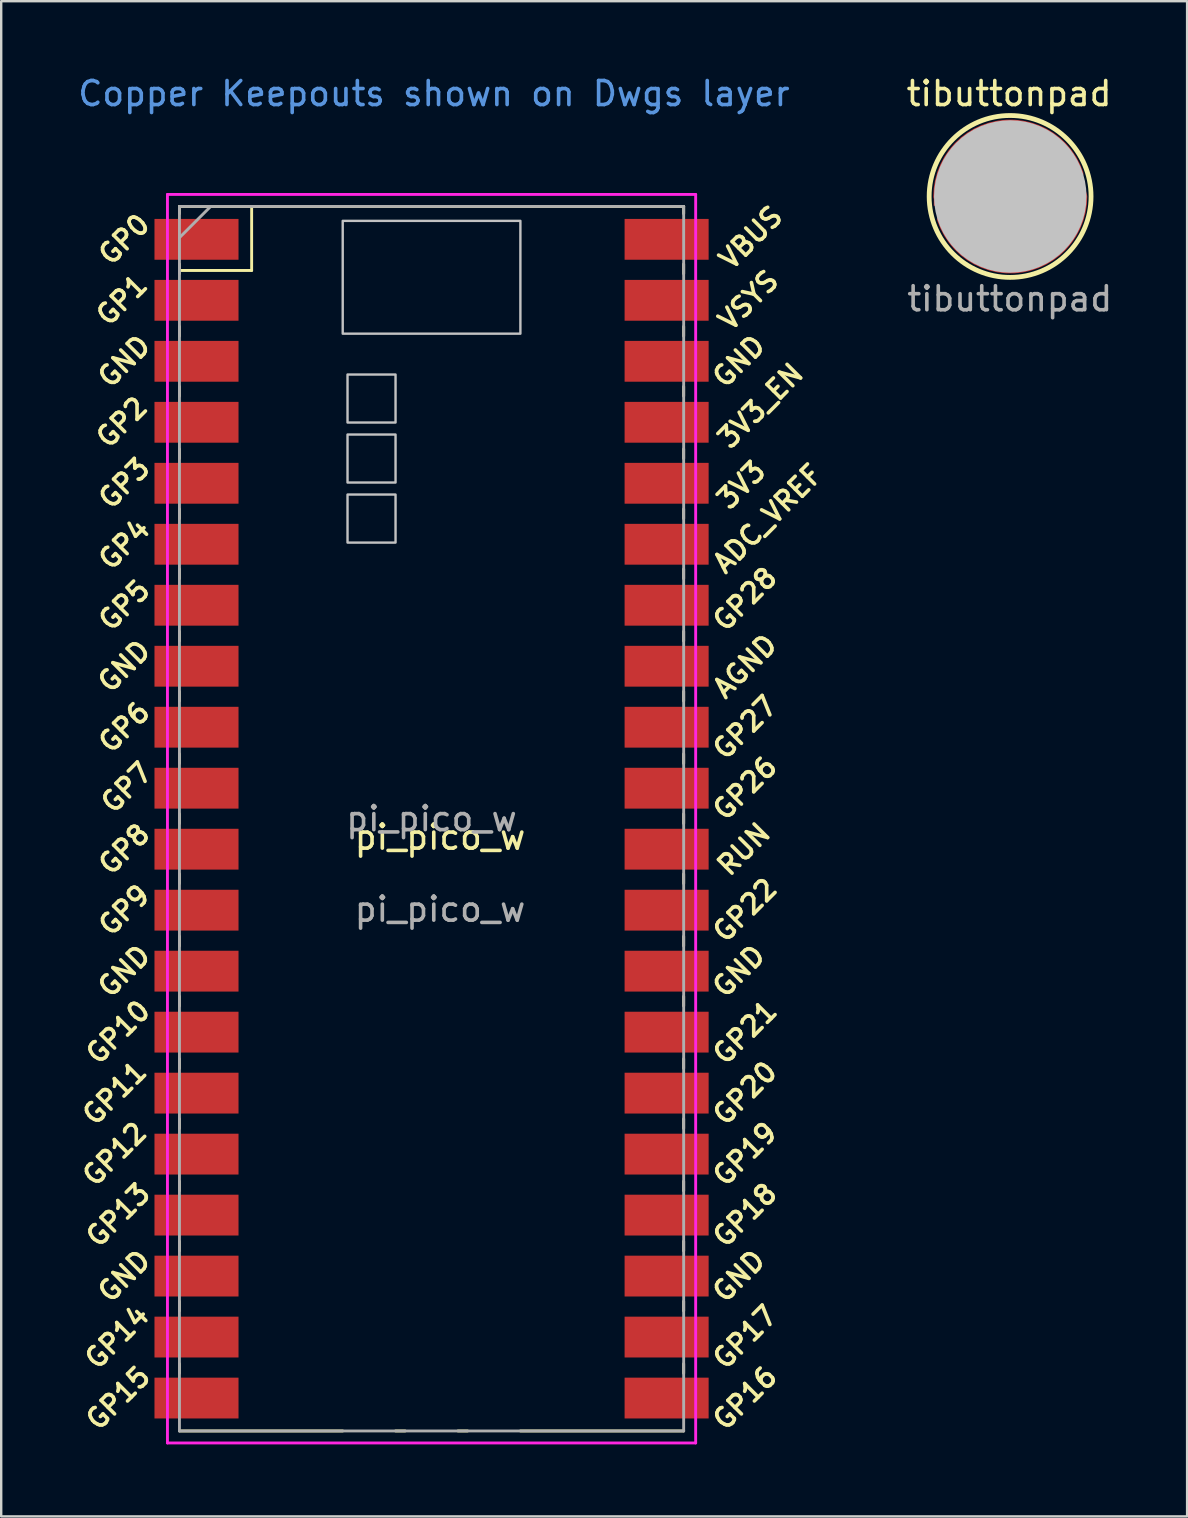
<source format=kicad_pcb>
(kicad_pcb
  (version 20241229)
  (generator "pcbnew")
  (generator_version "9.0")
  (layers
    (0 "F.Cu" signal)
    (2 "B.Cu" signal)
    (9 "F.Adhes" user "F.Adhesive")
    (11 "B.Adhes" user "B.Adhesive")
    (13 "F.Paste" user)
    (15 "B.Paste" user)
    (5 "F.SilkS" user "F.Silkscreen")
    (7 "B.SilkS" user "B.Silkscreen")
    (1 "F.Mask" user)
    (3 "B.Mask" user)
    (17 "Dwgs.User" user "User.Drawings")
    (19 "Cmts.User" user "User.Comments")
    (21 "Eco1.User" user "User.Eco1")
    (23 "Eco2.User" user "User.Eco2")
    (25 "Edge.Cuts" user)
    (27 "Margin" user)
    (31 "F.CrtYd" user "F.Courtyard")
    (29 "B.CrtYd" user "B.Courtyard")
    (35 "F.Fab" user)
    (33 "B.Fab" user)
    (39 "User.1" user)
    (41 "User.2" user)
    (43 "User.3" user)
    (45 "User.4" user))
  (footprint "tibuttonpad"
    (layer "F.Cu")
    (at 38.99 5.078)
    (property "Reference" "tibuttonpad" (at -0.013 -4.23 0) (unlocked yes) (layer "F.SilkS") (effects (font (size 1 1) (thickness 0.15))))
    (attr smd)
    (fp_circle (center 0.027 0.08) (end 3.227 0.08) (stroke (width 0.12) (type solid)) (fill yes) (layer "F.Mask"))
    (fp_circle (center 0.03 0.054) (end 3.401 0.054) (stroke (width 0.2) (type solid)) (fill no) (layer "F.SilkS"))
    (fp_circle (center 0.037 0.056) (end 1.625 0.056) (stroke (width 3.175) (type solid)) (fill no) (layer "Dwgs.User"))
    (fp_text user "${REFERENCE}" (at 0.015 4.316 0) (unlocked yes) (layer "F.Fab") (effects (font (size 1 1) (thickness 0.15))))
    (pad "1" smd custom (at -2.9 0.295) (size 0.496 0.297) (layers "F.Cu" "F.Mask") (options (anchor rect)) (primitives (gr_arc (start -0.07913 -0.238125) (mid 2.45255 -3.21308) (end 5.79462 -1.190625) (width 0.381)) (gr_line (start 4.842 -0.953) (end 4.842 -2.597) (width 0.254)) (gr_line (start 3.89 -0.953) (end 3.89 -3.127) (width 0.254)) (gr_line (start 2.937 -0.953) (end 2.937 -3.288) (width 0.254)) (gr_line (start 1.985 -0.953) (end 1.985 -3.127) (width 0.254)) (gr_line (start 1.032 -0.953) (end 1.033 -2.594) (width 0.254)) (gr_line (start 0.556 0) (end 0.08 0) (width 0.254)) (gr_line (start 1.508 0) (end 0.556 0) (width 0.254)) (gr_line (start 2.461 0) (end 1.508 0) (width 0.254)) (gr_line (start 3.413 0) (end 2.461 0) (width 0.254)) (gr_line (start 4.366 0) (end 3.413 0) (width 0.254)) (gr_line (start 5.318 0) (end 4.366 0) (width 0.254)) (gr_line (start 5.318 0) (end 5.318 0.505) (width 0.254)) (gr_line (start 4.366 0) (end 4.366 1.746) (width 0.254)) (gr_line (start 3.413 0) (end 3.413 2.064) (width 0.254)) (gr_line (start 2.461 0) (end 2.461 2.064) (width 0.254)) (gr_line (start 1.508 0) (end 1.508 1.746) (width 0.254)) (gr_line (start 0.556 0) (end 0.556 0.476) (width 0.254)) (gr_line (start 0.08 0) (end 0.08 -1.111) (width 0.254)) (gr_line (start 0.08 0) (end -0.079 0) (width 0.254)) (gr_line (start -0.178 0.029) (end -0.241 -0.203) (width 0.051))))
    (pad "2" smd custom (at 2.895 -0.182) (size 0.323 0.323) (layers "F.Cu" "F.Mask") (options (anchor circle)) (primitives (gr_poly (pts (xy 0.175 -0.149) (xy 0.228 -0.114) (xy 0.263 -0.062) (xy 0.275 0) (xy 0.263 0.062) (xy 0.228 0.114) (xy 0.175 0.149) (xy 0.114 0.161) (xy -0.114 0.161) (xy -0.175 0.149) (xy -0.228 0.114) (xy -0.263 0.062) (xy -0.275 0) (xy -0.263 -0.062) (xy -0.228 -0.114) (xy -0.175 -0.149) (xy -0.114 -0.161) (xy 0.114 -0.161)) (width 0) (fill yes)) (gr_arc (start 0.15875 0.238125) (mid -2.37293 3.21308) (end -5.715 1.190625) (width 0.381)) (gr_line (start 0.244 -0.029) (end 0.305 0.194) (width 0.076)) (gr_line (start 0 0) (end 0.159 0) (width 0.254)) (gr_line (start 0 0) (end 0 1.111) (width 0.254)) (gr_line (start -0.476 0) (end 0 0) (width 0.254)) (gr_line (start -0.476 0) (end -0.476 -0.476) (width 0.254)) (gr_line (start -0.476 0) (end -1.429 0) (width 0.254)) (gr_line (start -0.953 0.953) (end -0.953 2.54) (width 0.254)) (gr_line (start -1.429 0) (end -1.429 -1.746) (width 0.254)) (gr_line (start -1.429 0) (end -2.381 0) (width 0.254)) (gr_line (start -1.91 0.989) (end -1.905 3.016) (width 0.254)) (gr_line (start -2.381 0) (end -2.381 -2.064) (width 0.254)) (gr_line (start -2.381 0) (end -3.334 0) (width 0.254)) (gr_line (start -2.857 3.175) (end -2.857 0.953) (width 0.254)) (gr_line (start -3.334 0) (end -3.334 -2.064) (width 0.254)) (gr_line (start -3.334 0) (end -4.286 0) (width 0.254)) (gr_line (start -3.81 0.953) (end -3.81 3.016) (width 0.254)) (gr_line (start -4.286 0) (end -4.286 -1.746) (width 0.254)) (gr_line (start -4.286 0) (end -5.239 0) (width 0.254)) (gr_line (start -4.763 0.953) (end -4.763 2.54) (width 0.254)) (gr_line (start -5.239 0) (end -5.232 -0.514) (width 0.254)))))
  (footprint "pi_pico_w"
    (layer "F.Cu")
    (at 15.278 32.318)
    (property "Reference" "pi_pico_w" (at 0 -0.5 0) (unlocked yes) (layer "F.SilkS") (effects (font (size 1 1) (thickness 0.15))))
    (attr smd)
    (fp_line (start -10.854 -26.77) (end -10.854 -26.47) (stroke (width 0.12) (type solid)) (layer "F.SilkS"))
    (fp_line (start -10.854 -26.77) (end 10.146 -26.77) (stroke (width 0.12) (type solid)) (layer "F.SilkS"))
    (fp_line (start -10.854 -24.37) (end -10.854 -23.97) (stroke (width 0.12) (type solid)) (layer "F.SilkS"))
    (fp_line (start -10.854 -24.103) (end -7.847 -24.103) (stroke (width 0.12) (type solid)) (layer "F.SilkS"))
    (fp_line (start -10.854 -21.77) (end -10.854 -21.37) (stroke (width 0.12) (type solid)) (layer "F.SilkS"))
    (fp_line (start -10.854 -19.27) (end -10.854 -18.87) (stroke (width 0.12) (type solid)) (layer "F.SilkS"))
    (fp_line (start -10.854 -16.67) (end -10.854 -16.27) (stroke (width 0.12) (type solid)) (layer "F.SilkS"))
    (fp_line (start -10.854 -14.17) (end -10.854 -13.77) (stroke (width 0.12) (type solid)) (layer "F.SilkS"))
    (fp_line (start -10.854 -11.67) (end -10.854 -11.27) (stroke (width 0.12) (type solid)) (layer "F.SilkS"))
    (fp_line (start -10.854 -9.07) (end -10.854 -8.67) (stroke (width 0.12) (type solid)) (layer "F.SilkS"))
    (fp_line (start -10.854 -6.57) (end -10.854 -6.17) (stroke (width 0.12) (type solid)) (layer "F.SilkS"))
    (fp_line (start -10.854 -3.97) (end -10.854 -3.57) (stroke (width 0.12) (type solid)) (layer "F.SilkS"))
    (fp_line (start -10.854 -1.47) (end -10.854 -1.07) (stroke (width 0.12) (type solid)) (layer "F.SilkS"))
    (fp_line (start -10.854 1.03) (end -10.854 1.43) (stroke (width 0.12) (type solid)) (layer "F.SilkS"))
    (fp_line (start -10.854 3.63) (end -10.854 4.03) (stroke (width 0.12) (type solid)) (layer "F.SilkS"))
    (fp_line (start -10.854 6.13) (end -10.854 6.53) (stroke (width 0.12) (type solid)) (layer "F.SilkS"))
    (fp_line (start -10.854 8.73) (end -10.854 9.13) (stroke (width 0.12) (type solid)) (layer "F.SilkS"))
    (fp_line (start -10.854 11.23) (end -10.854 11.63) (stroke (width 0.12) (type solid)) (layer "F.SilkS"))
    (fp_line (start -10.854 13.83) (end -10.854 14.23) (stroke (width 0.12) (type solid)) (layer "F.SilkS"))
    (fp_line (start -10.854 16.33) (end -10.854 16.73) (stroke (width 0.12) (type solid)) (layer "F.SilkS"))
    (fp_line (start -10.854 18.83) (end -10.854 19.23) (stroke (width 0.12) (type solid)) (layer "F.SilkS"))
    (fp_line (start -10.854 21.43) (end -10.854 21.83) (stroke (width 0.12) (type solid)) (layer "F.SilkS"))
    (fp_line (start -7.847 -24.103) (end -7.847 -26.77) (stroke (width 0.12) (type solid)) (layer "F.SilkS"))
    (fp_line (start -4.054 24.23) (end -10.854 24.23) (stroke (width 0.12) (type solid)) (layer "F.SilkS"))
    (fp_line (start -1.854 24.23) (end -1.454 24.23) (stroke (width 0.12) (type solid)) (layer "F.SilkS"))
    (fp_line (start 0.746 24.23) (end 1.146 24.23) (stroke (width 0.12) (type solid)) (layer "F.SilkS"))
    (fp_line (start 10.146 -26.77) (end 10.146 -26.47) (stroke (width 0.12) (type solid)) (layer "F.SilkS"))
    (fp_line (start 10.146 -24.37) (end 10.146 -23.97) (stroke (width 0.12) (type solid)) (layer "F.SilkS"))
    (fp_line (start 10.146 -21.77) (end 10.146 -21.37) (stroke (width 0.12) (type solid)) (layer "F.SilkS"))
    (fp_line (start 10.146 -19.27) (end 10.146 -18.87) (stroke (width 0.12) (type solid)) (layer "F.SilkS"))
    (fp_line (start 10.146 -16.67) (end 10.146 -16.27) (stroke (width 0.12) (type solid)) (layer "F.SilkS"))
    (fp_line (start 10.146 -14.17) (end 10.146 -13.77) (stroke (width 0.12) (type solid)) (layer "F.SilkS"))
    (fp_line (start 10.146 -11.67) (end 10.146 -11.27) (stroke (width 0.12) (type solid)) (layer "F.SilkS"))
    (fp_line (start 10.146 -9.07) (end 10.146 -8.67) (stroke (width 0.12) (type solid)) (layer "F.SilkS"))
    (fp_line (start 10.146 -6.57) (end 10.146 -6.17) (stroke (width 0.12) (type solid)) (layer "F.SilkS"))
    (fp_line (start 10.146 -3.97) (end 10.146 -3.57) (stroke (width 0.12) (type solid)) (layer "F.SilkS"))
    (fp_line (start 10.146 -1.47) (end 10.146 -1.07) (stroke (width 0.12) (type solid)) (layer "F.SilkS"))
    (fp_line (start 10.146 1.03) (end 10.146 1.43) (stroke (width 0.12) (type solid)) (layer "F.SilkS"))
    (fp_line (start 10.146 3.63) (end 10.146 4.03) (stroke (width 0.12) (type solid)) (layer "F.SilkS"))
    (fp_line (start 10.146 6.13) (end 10.146 6.53) (stroke (width 0.12) (type solid)) (layer "F.SilkS"))
    (fp_line (start 10.146 8.73) (end 10.146 9.13) (stroke (width 0.12) (type solid)) (layer "F.SilkS"))
    (fp_line (start 10.146 11.23) (end 10.146 11.63) (stroke (width 0.12) (type solid)) (layer "F.SilkS"))
    (fp_line (start 10.146 13.83) (end 10.146 14.23) (stroke (width 0.12) (type solid)) (layer "F.SilkS"))
    (fp_line (start 10.146 16.33) (end 10.146 16.73) (stroke (width 0.12) (type solid)) (layer "F.SilkS"))
    (fp_line (start 10.146 18.83) (end 10.146 19.23) (stroke (width 0.12) (type solid)) (layer "F.SilkS"))
    (fp_line (start 10.146 21.43) (end 10.146 21.83) (stroke (width 0.12) (type solid)) (layer "F.SilkS"))
    (fp_line (start 10.146 24.23) (end 3.346 24.23) (stroke (width 0.12) (type solid)) (layer "F.SilkS"))
    (fp_poly (pts (xy -1.854 -17.77) (xy -3.854 -17.77) (xy -3.854 -19.77) (xy -1.854 -19.77)) (stroke (width 0.1) (type solid)) (fill no) (layer "Dwgs.User"))
    (fp_poly (pts (xy -1.854 -15.27) (xy -3.854 -15.27) (xy -3.854 -17.27) (xy -1.854 -17.27)) (stroke (width 0.1) (type solid)) (fill no) (layer "Dwgs.User"))
    (fp_poly (pts (xy -1.854 -12.77) (xy -3.854 -12.77) (xy -3.854 -14.77) (xy -1.854 -14.77)) (stroke (width 0.1) (type solid)) (fill no) (layer "Dwgs.User"))
    (fp_poly (pts (xy 3.346 -21.47) (xy -4.054 -21.47) (xy -4.054 -26.17) (xy 3.346 -26.17)) (stroke (width 0.1) (type solid)) (fill no) (layer "Dwgs.User"))
    (fp_line (start -11.354 -27.27) (end 10.646 -27.27) (stroke (width 0.12) (type solid)) (layer "F.CrtYd"))
    (fp_line (start -11.354 24.73) (end -11.354 -27.27) (stroke (width 0.12) (type solid)) (layer "F.CrtYd"))
    (fp_line (start 10.646 -27.27) (end 10.646 24.73) (stroke (width 0.12) (type solid)) (layer "F.CrtYd"))
    (fp_line (start 10.646 24.73) (end -11.354 24.73) (stroke (width 0.12) (type solid)) (layer "F.CrtYd"))
    (fp_line (start -10.854 -26.77) (end 10.146 -26.77) (stroke (width 0.12) (type solid)) (layer "F.Fab"))
    (fp_line (start -10.854 -25.47) (end -9.554 -26.77) (stroke (width 0.12) (type solid)) (layer "F.Fab"))
    (fp_line (start -10.854 24.23) (end -10.854 -26.77) (stroke (width 0.12) (type solid)) (layer "F.Fab"))
    (fp_line (start 10.146 -26.77) (end 10.146 24.23) (stroke (width 0.12) (type solid)) (layer "F.Fab"))
    (fp_line (start 10.146 24.23) (end -10.854 24.23) (stroke (width 0.12) (type solid)) (layer "F.Fab"))
    (fp_text user "3V3" (at 12.546 -15.17 45) (layer "F.SilkS") (effects (font (size 0.8 0.8) (thickness 0.15))))
    (fp_text user "GND" (at 12.446 -20.32 45) (layer "F.SilkS") (effects (font (size 0.8 0.8) (thickness 0.15))))
    (fp_text user "GP1" (at -13.254 -22.87 45) (layer "F.SilkS") (effects (font (size 0.8 0.8) (thickness 0.15))))
    (fp_text user "GP18" (at 12.7 15.24 45) (layer "F.SilkS") (effects (font (size 0.8 0.8) (thickness 0.15))))
    (fp_text user "GND" (at -13.154 -7.62 45) (layer "F.SilkS") (effects (font (size 0.8 0.8) (thickness 0.15))))
    (fp_text user "GP14" (at -13.454 20.32 45) (layer "F.SilkS") (effects (font (size 0.8 0.8) (thickness 0.15))))
    (fp_text user "GND" (at 12.446 17.78 45) (layer "F.SilkS") (effects (font (size 0.8 0.8) (thickness 0.15))))
    (fp_text user "GP3" (at -13.154 -15.24 45) (layer "F.SilkS") (effects (font (size 0.8 0.8) (thickness 0.15))))
    (fp_text user "GP7" (at -13.054 -2.57 45) (layer "F.SilkS") (effects (font (size 0.8 0.8) (thickness 0.15))))
    (fp_text user "3V3_EN" (at 13.346 -18.47 45) (layer "F.SilkS") (effects (font (size 0.8 0.8) (thickness 0.15))))
    (fp_text user "GP0" (at -13.154 -25.4 45) (layer "F.SilkS") (effects (font (size 0.8 0.8) (thickness 0.15))))
    (fp_text user "RUN" (at 12.646 0 45) (layer "F.SilkS") (effects (font (size 0.8 0.8) (thickness 0.15))))
    (fp_text user "GP9" (at -13.154 2.54 45) (layer "F.SilkS") (effects (font (size 0.8 0.8) (thickness 0.15))))
    (fp_text user "AGND" (at 12.7 -7.62 45) (layer "F.SilkS") (effects (font (size 0.8 0.8) (thickness 0.15))))
    (fp_text user "GP28" (at 12.7 -10.414 45) (layer "F.SilkS") (effects (font (size 0.8 0.8) (thickness 0.15))))
    (fp_text user "GND" (at -13.154 17.78 45) (layer "F.SilkS") (effects (font (size 0.8 0.8) (thickness 0.15))))
    (fp_text user "GP15" (at -13.408 22.86 45) (layer "F.SilkS") (effects (font (size 0.8 0.8) (thickness 0.15))))
    (fp_text user "GND" (at -13.154 -20.32 45) (layer "F.SilkS") (effects (font (size 0.8 0.8) (thickness 0.15))))
    (fp_text user "GP20" (at 12.7 10.16 45) (layer "F.SilkS") (effects (font (size 0.8 0.8) (thickness 0.15))))
    (fp_text user "GP2" (at -13.254 -17.78 45) (layer "F.SilkS") (effects (font (size 0.8 0.8) (thickness 0.15))))
    (fp_text user "GP17" (at 12.7 20.32 45) (layer "F.SilkS") (effects (font (size 0.8 0.8) (thickness 0.15))))
    (fp_text user "GP4" (at -13.154 -12.7 45) (layer "F.SilkS") (effects (font (size 0.8 0.8) (thickness 0.15))))
    (fp_text user "GP8" (at -13.154 0 45) (layer "F.SilkS") (effects (font (size 0.8 0.8) (thickness 0.15))))
    (fp_text user "GP26" (at 12.7 -2.54 45) (layer "F.SilkS") (effects (font (size 0.8 0.8) (thickness 0.15))))
    (fp_text user "GP13" (at -13.408 15.24 45) (layer "F.SilkS") (effects (font (size 0.8 0.8) (thickness 0.15))))
    (fp_text user "GP27" (at 12.7 -5.07 45) (layer "F.SilkS") (effects (font (size 0.8 0.8) (thickness 0.15))))
    (fp_text user "GP16" (at 12.7 22.86 45) (layer "F.SilkS") (effects (font (size 0.8 0.8) (thickness 0.15))))
    (fp_text user "GP6" (at -13.154 -5.08 45) (layer "F.SilkS") (effects (font (size 0.8 0.8) (thickness 0.15))))
    (fp_text user "GP22" (at 12.7 2.54 45) (layer "F.SilkS") (effects (font (size 0.8 0.8) (thickness 0.15))))
    (fp_text user "VBUS" (at 12.946 -25.47 45) (layer "F.SilkS") (effects (font (size 0.8 0.8) (thickness 0.15))))
    (fp_text user "ADC_VREF" (at 13.646 -13.77 45) (layer "F.SilkS") (effects (font (size 0.8 0.8) (thickness 0.15))))
    (fp_text user "GND" (at -13.154 5.08 45) (layer "F.SilkS") (effects (font (size 0.8 0.8) (thickness 0.15))))
    (fp_text user "GND" (at 12.446 5.08 45) (layer "F.SilkS") (effects (font (size 0.8 0.8) (thickness 0.15))))
    (fp_text user "GP11" (at -13.554 10.16 45) (layer "F.SilkS") (effects (font (size 0.8 0.8) (thickness 0.15))))
    (fp_text user "VSYS" (at 12.846 -22.86 45) (layer "F.SilkS") (effects (font (size 0.8 0.8) (thickness 0.15))))
    (fp_text user "GP21" (at 12.7 7.63 45) (layer "F.SilkS") (effects (font (size 0.8 0.8) (thickness 0.15))))
    (fp_text user "GP12" (at -13.554 12.7 45) (layer "F.SilkS") (effects (font (size 0.8 0.8) (thickness 0.15))))
    (fp_text user "GP10" (at -13.408 7.62 45) (layer "F.SilkS") (effects (font (size 0.8 0.8) (thickness 0.15))))
    (fp_text user "GP5" (at -13.154 -10.16 45) (layer "F.SilkS") (effects (font (size 0.8 0.8) (thickness 0.15))))
    (fp_text user "GP19" (at 12.7 12.7 45) (layer "F.SilkS") (effects (font (size 0.8 0.8) (thickness 0.15))))
    (fp_text user "Copper Keepouts shown on Dwgs layer" (at -0.254 -31.47 0) (layer "Cmts.User") (effects (font (size 1 1) (thickness 0.15))))
    (fp_text user "${REFERENCE}" (at -0.354 -1.27 180) (layer "F.Fab") (effects (font (size 1 1) (thickness 0.15))))
    (fp_text user "${REFERENCE}" (at 0 2.5 0) (unlocked yes) (layer "F.Fab") (effects (font (size 1 1) (thickness 0.15))))
    (pad "1" smd rect (at -9.244 -25.4) (size 3.5 1.7) (drill (offset -0.9 0)) (layers "F.Cu" "F.Mask"))
    (pad "2" smd rect (at -9.244 -22.86) (size 3.5 1.7) (drill (offset -0.9 0)) (layers "F.Cu" "F.Mask"))
    (pad "3" smd rect (at -9.244 -20.32) (size 3.5 1.7) (drill (offset -0.9 0)) (layers "F.Cu" "F.Mask"))
    (pad "4" smd rect (at -9.244 -17.78) (size 3.5 1.7) (drill (offset -0.9 0)) (layers "F.Cu" "F.Mask"))
    (pad "5" smd rect (at -9.244 -15.24) (size 3.5 1.7) (drill (offset -0.9 0)) (layers "F.Cu" "F.Mask"))
    (pad "6" smd rect (at -9.244 -12.7) (size 3.5 1.7) (drill (offset -0.9 0)) (layers "F.Cu" "F.Mask"))
    (pad "7" smd rect (at -9.244 -10.16) (size 3.5 1.7) (drill (offset -0.9 0)) (layers "F.Cu" "F.Mask"))
    (pad "8" smd rect (at -9.244 -7.62) (size 3.5 1.7) (drill (offset -0.9 0)) (layers "F.Cu" "F.Mask"))
    (pad "9" smd rect (at -9.244 -5.08) (size 3.5 1.7) (drill (offset -0.9 0)) (layers "F.Cu" "F.Mask"))
    (pad "10" smd rect (at -9.244 -2.54) (size 3.5 1.7) (drill (offset -0.9 0)) (layers "F.Cu" "F.Mask"))
    (pad "11" smd rect (at -9.244 0) (size 3.5 1.7) (drill (offset -0.9 0)) (layers "F.Cu" "F.Mask"))
    (pad "12" smd rect (at -9.244 2.54) (size 3.5 1.7) (drill (offset -0.9 0)) (layers "F.Cu" "F.Mask"))
    (pad "13" smd rect (at -9.244 5.08) (size 3.5 1.7) (drill (offset -0.9 0)) (layers "F.Cu" "F.Mask"))
    (pad "14" smd rect (at -9.244 7.62) (size 3.5 1.7) (drill (offset -0.9 0)) (layers "F.Cu" "F.Mask"))
    (pad "15" smd rect (at -9.244 10.16) (size 3.5 1.7) (drill (offset -0.9 0)) (layers "F.Cu" "F.Mask"))
    (pad "16" smd rect (at -9.244 12.7) (size 3.5 1.7) (drill (offset -0.9 0)) (layers "F.Cu" "F.Mask"))
    (pad "17" smd rect (at -9.244 15.24) (size 3.5 1.7) (drill (offset -0.9 0)) (layers "F.Cu" "F.Mask"))
    (pad "18" smd rect (at -9.244 17.78) (size 3.5 1.7) (drill (offset -0.9 0)) (layers "F.Cu" "F.Mask"))
    (pad "19" smd rect (at -9.244 20.32) (size 3.5 1.7) (drill (offset -0.9 0)) (layers "F.Cu" "F.Mask"))
    (pad "20" smd rect (at -9.244 22.86) (size 3.5 1.7) (drill (offset -0.9 0)) (layers "F.Cu" "F.Mask"))
    (pad "21" smd rect (at 8.536 22.86) (size 3.5 1.7) (drill (offset 0.9 0)) (layers "F.Cu" "F.Mask"))
    (pad "22" smd rect (at 8.536 20.32) (size 3.5 1.7) (drill (offset 0.9 0)) (layers "F.Cu" "F.Mask"))
    (pad "23" smd rect (at 8.536 17.78) (size 3.5 1.7) (drill (offset 0.9 0)) (layers "F.Cu" "F.Mask"))
    (pad "24" smd rect (at 8.536 15.24) (size 3.5 1.7) (drill (offset 0.9 0)) (layers "F.Cu" "F.Mask"))
    (pad "25" smd rect (at 8.536 12.7) (size 3.5 1.7) (drill (offset 0.9 0)) (layers "F.Cu" "F.Mask"))
    (pad "26" smd rect (at 8.536 10.16) (size 3.5 1.7) (drill (offset 0.9 0)) (layers "F.Cu" "F.Mask"))
    (pad "27" smd rect (at 8.536 7.62) (size 3.5 1.7) (drill (offset 0.9 0)) (layers "F.Cu" "F.Mask"))
    (pad "28" smd rect (at 8.536 5.08) (size 3.5 1.7) (drill (offset 0.9 0)) (layers "F.Cu" "F.Mask"))
    (pad "29" smd rect (at 8.536 2.54) (size 3.5 1.7) (drill (offset 0.9 0)) (layers "F.Cu" "F.Mask"))
    (pad "30" smd rect (at 8.536 0) (size 3.5 1.7) (drill (offset 0.9 0)) (layers "F.Cu" "F.Mask"))
    (pad "31" smd rect (at 8.536 -2.54) (size 3.5 1.7) (drill (offset 0.9 0)) (layers "F.Cu" "F.Mask"))
    (pad "32" smd rect (at 8.536 -5.08) (size 3.5 1.7) (drill (offset 0.9 0)) (layers "F.Cu" "F.Mask"))
    (pad "33" smd rect (at 8.536 -7.62) (size 3.5 1.7) (drill (offset 0.9 0)) (layers "F.Cu" "F.Mask"))
    (pad "34" smd rect (at 8.536 -10.16) (size 3.5 1.7) (drill (offset 0.9 0)) (layers "F.Cu" "F.Mask"))
    (pad "35" smd rect (at 8.536 -12.7) (size 3.5 1.7) (drill (offset 0.9 0)) (layers "F.Cu" "F.Mask"))
    (pad "36" smd rect (at 8.536 -15.24) (size 3.5 1.7) (drill (offset 0.9 0)) (layers "F.Cu" "F.Mask"))
    (pad "37" smd rect (at 8.536 -17.78) (size 3.5 1.7) (drill (offset 0.9 0)) (layers "F.Cu" "F.Mask"))
    (pad "38" smd rect (at 8.536 -20.32) (size 3.5 1.7) (drill (offset 0.9 0)) (layers "F.Cu" "F.Mask"))
    (pad "39" smd rect (at 8.536 -22.86) (size 3.5 1.7) (drill (offset 0.9 0)) (layers "F.Cu" "F.Mask"))
    (pad "40" smd rect (at 8.536 -25.4) (size 3.5 1.7) (drill (offset 0.9 0)) (layers "F.Cu" "F.Mask")))
  (gr_rect
    (start -3 -3)
    (end 46.392 60.108)
    (stroke (width 0.1) (type default))
    (fill no)
    (layer "Edge.Cuts")))
</source>
